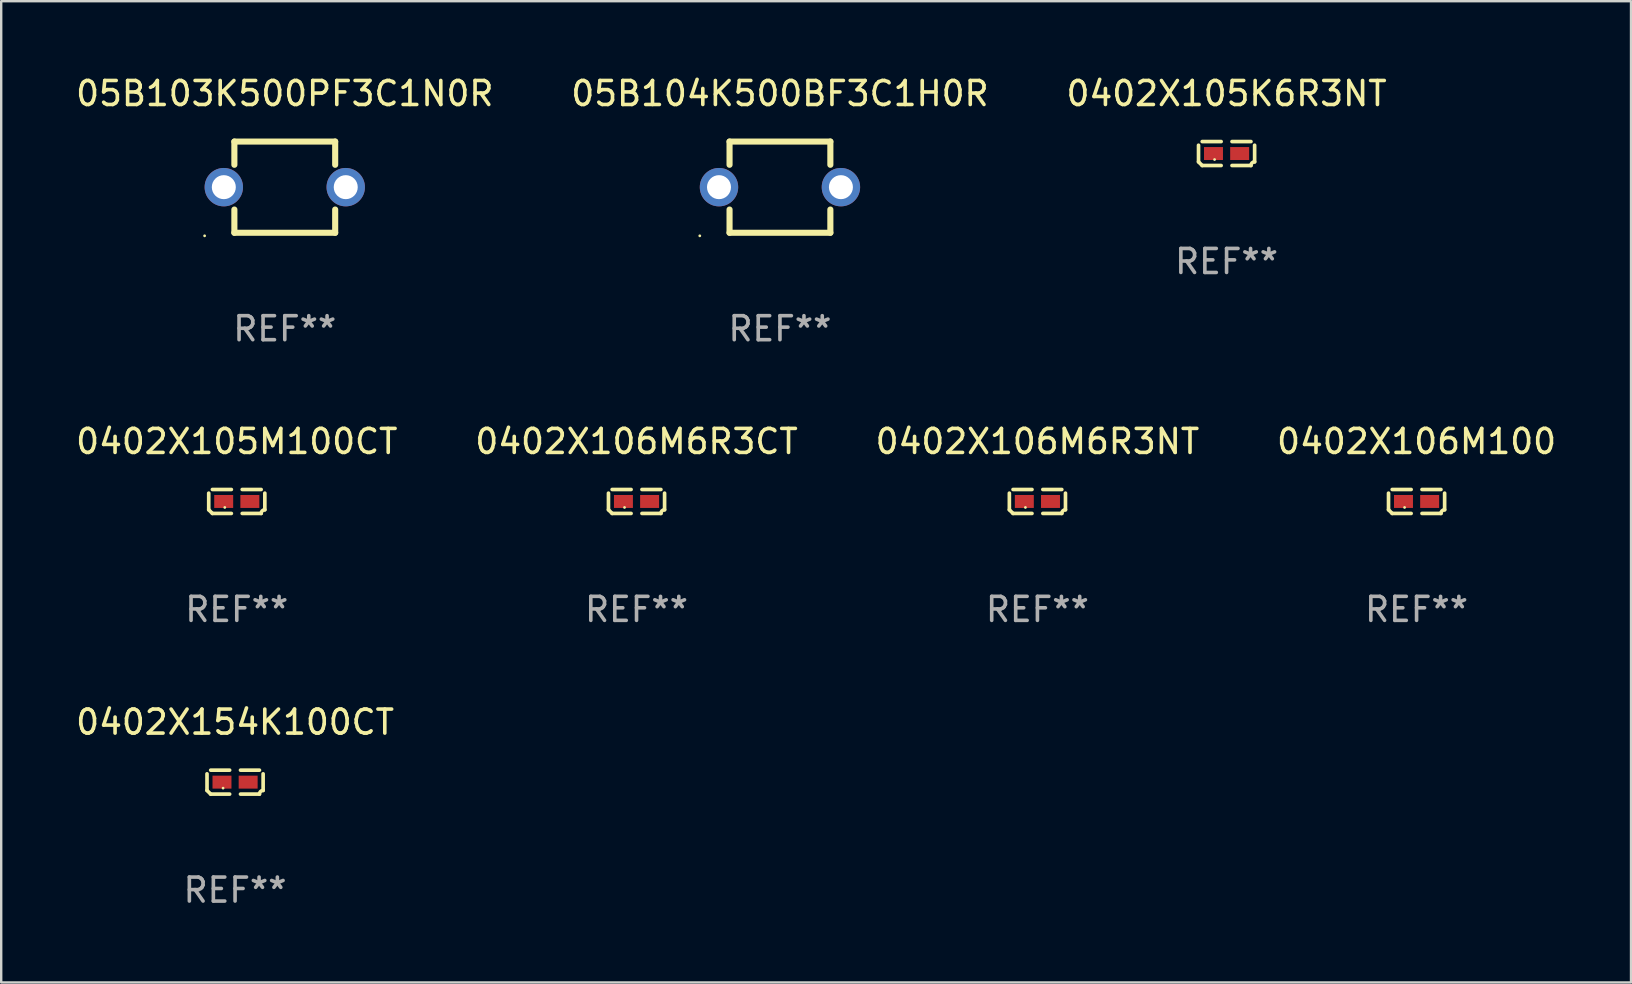
<source format=kicad_pcb>
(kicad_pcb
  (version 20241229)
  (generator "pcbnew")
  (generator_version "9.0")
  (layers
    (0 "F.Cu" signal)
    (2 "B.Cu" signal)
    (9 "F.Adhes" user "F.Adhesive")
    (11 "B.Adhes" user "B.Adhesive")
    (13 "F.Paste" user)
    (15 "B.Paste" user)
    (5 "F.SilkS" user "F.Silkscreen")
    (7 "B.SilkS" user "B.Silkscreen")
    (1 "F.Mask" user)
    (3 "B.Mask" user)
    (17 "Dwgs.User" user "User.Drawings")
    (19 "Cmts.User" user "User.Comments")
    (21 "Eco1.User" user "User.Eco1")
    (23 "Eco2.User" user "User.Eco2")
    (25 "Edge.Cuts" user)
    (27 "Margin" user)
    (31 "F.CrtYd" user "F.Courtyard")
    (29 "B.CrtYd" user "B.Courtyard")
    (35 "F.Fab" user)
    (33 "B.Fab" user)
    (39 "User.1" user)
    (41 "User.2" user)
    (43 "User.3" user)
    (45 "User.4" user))
  (footprint "0402X106M6R3CT"
    (layer "F.Cu")
    (at 23.47 17.843)
    (property "Reference" "0402X106M6R3CT" (at 0 -2.499 0) (layer "F.SilkS") (effects (font (size 1 1) (thickness 0.15))))
    (attr through_hole)
    (fp_line (start -1.169 0.346) (end -1.169 -0.346) (stroke (width 0.152) (type solid)) (layer "F.SilkS"))
    (fp_line (start -1.016 -0.499) (end -0.226 -0.499) (stroke (width 0.152) (type solid)) (layer "F.SilkS"))
    (fp_line (start -0.226 0.499) (end -1.016 0.499) (stroke (width 0.152) (type solid)) (layer "F.SilkS"))
    (fp_line (start 0.226 0.499) (end 1.016 0.499) (stroke (width 0.152) (type solid)) (layer "F.SilkS"))
    (fp_line (start 1.016 -0.499) (end 0.226 -0.499) (stroke (width 0.152) (type solid)) (layer "F.SilkS"))
    (fp_line (start 1.169 0.346) (end 1.169 -0.346) (stroke (width 0.152) (type solid)) (layer "F.SilkS"))
    (fp_arc (start -1.016307 0.498603) (mid -1.092512 0.422405) (end -1.16871 0.3462) (stroke (width 0.1524) (type solid)) (layer "F.SilkS"))
    (fp_arc (start 1.016307 0.498603) (mid 1.060899 0.390758) (end 1.168707 0.346076) (stroke (width 0.1524) (type solid)) (layer "F.SilkS"))
    (fp_circle (center -0.5 0.25) (end -0.47 0.25) (stroke (width 0.06) (type solid)) (fill no) (layer "F.SilkS"))
    (fp_text user "REF**" (at 0 4.499 0) (layer "F.Fab") (effects (font (size 1 1) (thickness 0.15))))
    (pad "1" smd rect (at -0.545 0) (size 0.79 0.54) (layers "F.Cu" "F.Mask" "F.Paste"))
    (pad "2" smd rect (at 0.545 0) (size 0.79 0.54) (layers "F.Cu" "F.Mask" "F.Paste")))
  (footprint "05B103K500PF3C1N0R"
    (layer "F.Cu")
    (at 8.815 4.748)
    (property "Reference" "05B103K500PF3C1N0R" (at 0 -3.9 0) (layer "F.SilkS") (effects (font (size 1 1) (thickness 0.15))))
    (attr through_hole)
    (fp_line (start -2.1 -1.9) (end -2.1 -0.932) (stroke (width 0.254) (type solid)) (layer "F.SilkS"))
    (fp_line (start -2.1 -1.9) (end 2.1 -1.9) (stroke (width 0.254) (type solid)) (layer "F.SilkS"))
    (fp_line (start -2.1 0.932) (end -2.1 1.9) (stroke (width 0.254) (type solid)) (layer "F.SilkS"))
    (fp_line (start -2.1 1.9) (end 2.1 1.9) (stroke (width 0.254) (type solid)) (layer "F.SilkS"))
    (fp_line (start 2.1 -1.9) (end 2.1 -0.932) (stroke (width 0.254) (type solid)) (layer "F.SilkS"))
    (fp_line (start 2.1 0.932) (end 2.1 1.9) (stroke (width 0.254) (type solid)) (layer "F.SilkS"))
    (fp_circle (center -3.34 2.027) (end -3.31 2.027) (stroke (width 0.06) (type solid)) (fill no) (layer "F.SilkS"))
    (fp_text user "REF**" (at 0 5.9 0) (layer "F.Fab") (effects (font (size 1 1) (thickness 0.15))))
    (pad "1" thru_hole circle (at -2.54 0) (size 1.6 1.6) (drill 1) (layers "*.Cu" "*.Mask"))
    (pad "2" thru_hole circle (at 2.54 0) (size 1.6 1.6) (drill 1) (layers "*.Cu" "*.Mask")))
  (footprint "0402X106M100"
    (layer "F.Cu")
    (at 55.97 17.843)
    (property "Reference" "0402X106M100" (at 0 -2.499 0) (layer "F.SilkS") (effects (font (size 1 1) (thickness 0.15))))
    (attr through_hole)
    (fp_line (start -1.169 0.346) (end -1.169 -0.346) (stroke (width 0.152) (type solid)) (layer "F.SilkS"))
    (fp_line (start -1.016 -0.499) (end -0.226 -0.499) (stroke (width 0.152) (type solid)) (layer "F.SilkS"))
    (fp_line (start -0.226 0.499) (end -1.016 0.499) (stroke (width 0.152) (type solid)) (layer "F.SilkS"))
    (fp_line (start 0.226 0.499) (end 1.016 0.499) (stroke (width 0.152) (type solid)) (layer "F.SilkS"))
    (fp_line (start 1.016 -0.499) (end 0.226 -0.499) (stroke (width 0.152) (type solid)) (layer "F.SilkS"))
    (fp_line (start 1.169 0.346) (end 1.169 -0.346) (stroke (width 0.152) (type solid)) (layer "F.SilkS"))
    (fp_arc (start -1.016307 0.498603) (mid -1.092512 0.422405) (end -1.16871 0.3462) (stroke (width 0.1524) (type solid)) (layer "F.SilkS"))
    (fp_arc (start 1.016307 0.498603) (mid 1.060899 0.390758) (end 1.168707 0.346076) (stroke (width 0.1524) (type solid)) (layer "F.SilkS"))
    (fp_circle (center -0.5 0.25) (end -0.47 0.25) (stroke (width 0.06) (type solid)) (fill no) (layer "F.SilkS"))
    (fp_text user "REF**" (at 0 4.499 0) (layer "F.Fab") (effects (font (size 1 1) (thickness 0.15))))
    (pad "1" smd rect (at -0.545 0) (size 0.79 0.54) (layers "F.Cu" "F.Mask" "F.Paste"))
    (pad "2" smd rect (at 0.545 0) (size 0.79 0.54) (layers "F.Cu" "F.Mask" "F.Paste")))
  (footprint "0402X106M6R3NT"
    (layer "F.Cu")
    (at 40.173 17.843)
    (property "Reference" "0402X106M6R3NT" (at 0 -2.499 0) (layer "F.SilkS") (effects (font (size 1 1) (thickness 0.15))))
    (attr through_hole)
    (fp_line (start -1.169 0.346) (end -1.169 -0.346) (stroke (width 0.152) (type solid)) (layer "F.SilkS"))
    (fp_line (start -1.016 -0.499) (end -0.226 -0.499) (stroke (width 0.152) (type solid)) (layer "F.SilkS"))
    (fp_line (start -0.226 0.499) (end -1.016 0.499) (stroke (width 0.152) (type solid)) (layer "F.SilkS"))
    (fp_line (start 0.226 0.499) (end 1.016 0.499) (stroke (width 0.152) (type solid)) (layer "F.SilkS"))
    (fp_line (start 1.016 -0.499) (end 0.226 -0.499) (stroke (width 0.152) (type solid)) (layer "F.SilkS"))
    (fp_line (start 1.169 0.346) (end 1.169 -0.346) (stroke (width 0.152) (type solid)) (layer "F.SilkS"))
    (fp_arc (start -1.016307 0.498603) (mid -1.092512 0.422405) (end -1.16871 0.3462) (stroke (width 0.1524) (type solid)) (layer "F.SilkS"))
    (fp_arc (start 1.016307 0.498603) (mid 1.060899 0.390758) (end 1.168707 0.346076) (stroke (width 0.1524) (type solid)) (layer "F.SilkS"))
    (fp_circle (center -0.5 0.25) (end -0.47 0.25) (stroke (width 0.06) (type solid)) (fill no) (layer "F.SilkS"))
    (fp_text user "REF**" (at 0 4.499 0) (layer "F.Fab") (effects (font (size 1 1) (thickness 0.15))))
    (pad "1" smd rect (at -0.545 0) (size 0.79 0.54) (layers "F.Cu" "F.Mask" "F.Paste"))
    (pad "2" smd rect (at 0.545 0) (size 0.79 0.54) (layers "F.Cu" "F.Mask" "F.Paste")))
  (footprint "0402X154K100CT"
    (layer "F.Cu")
    (at 6.744 29.537)
    (property "Reference" "0402X154K100CT" (at 0 -2.499 0) (layer "F.SilkS") (effects (font (size 1 1) (thickness 0.15))))
    (attr through_hole)
    (fp_line (start -1.169 0.346) (end -1.169 -0.346) (stroke (width 0.152) (type solid)) (layer "F.SilkS"))
    (fp_line (start -1.016 -0.499) (end -0.226 -0.499) (stroke (width 0.152) (type solid)) (layer "F.SilkS"))
    (fp_line (start -0.226 0.499) (end -1.016 0.499) (stroke (width 0.152) (type solid)) (layer "F.SilkS"))
    (fp_line (start 0.226 0.499) (end 1.016 0.499) (stroke (width 0.152) (type solid)) (layer "F.SilkS"))
    (fp_line (start 1.016 -0.499) (end 0.226 -0.499) (stroke (width 0.152) (type solid)) (layer "F.SilkS"))
    (fp_line (start 1.169 0.346) (end 1.169 -0.346) (stroke (width 0.152) (type solid)) (layer "F.SilkS"))
    (fp_arc (start -1.016307 0.498603) (mid -1.092512 0.422405) (end -1.16871 0.3462) (stroke (width 0.1524) (type solid)) (layer "F.SilkS"))
    (fp_arc (start 1.016307 0.498603) (mid 1.060899 0.390758) (end 1.168707 0.346076) (stroke (width 0.1524) (type solid)) (layer "F.SilkS"))
    (fp_circle (center -0.5 0.25) (end -0.47 0.25) (stroke (width 0.06) (type solid)) (fill no) (layer "F.SilkS"))
    (fp_text user "REF**" (at 0 4.499 0) (layer "F.Fab") (effects (font (size 1 1) (thickness 0.15))))
    (pad "1" smd rect (at -0.545 0) (size 0.79 0.54) (layers "F.Cu" "F.Mask" "F.Paste"))
    (pad "2" smd rect (at 0.545 0) (size 0.79 0.54) (layers "F.Cu" "F.Mask" "F.Paste")))
  (footprint "0402X105M100CT"
    (layer "F.Cu")
    (at 6.815 17.843)
    (property "Reference" "0402X105M100CT" (at 0 -2.499 0) (layer "F.SilkS") (effects (font (size 1 1) (thickness 0.15))))
    (attr through_hole)
    (fp_line (start -1.169 0.346) (end -1.169 -0.346) (stroke (width 0.152) (type solid)) (layer "F.SilkS"))
    (fp_line (start -1.016 -0.499) (end -0.226 -0.499) (stroke (width 0.152) (type solid)) (layer "F.SilkS"))
    (fp_line (start -0.226 0.499) (end -1.016 0.499) (stroke (width 0.152) (type solid)) (layer "F.SilkS"))
    (fp_line (start 0.226 0.499) (end 1.016 0.499) (stroke (width 0.152) (type solid)) (layer "F.SilkS"))
    (fp_line (start 1.016 -0.499) (end 0.226 -0.499) (stroke (width 0.152) (type solid)) (layer "F.SilkS"))
    (fp_line (start 1.169 0.346) (end 1.169 -0.346) (stroke (width 0.152) (type solid)) (layer "F.SilkS"))
    (fp_arc (start -1.016307 0.498603) (mid -1.092512 0.422405) (end -1.16871 0.3462) (stroke (width 0.1524) (type solid)) (layer "F.SilkS"))
    (fp_arc (start 1.016307 0.498603) (mid 1.060899 0.390758) (end 1.168707 0.346076) (stroke (width 0.1524) (type solid)) (layer "F.SilkS"))
    (fp_circle (center -0.5 0.25) (end -0.47 0.25) (stroke (width 0.06) (type solid)) (fill no) (layer "F.SilkS"))
    (fp_text user "REF**" (at 0 4.499 0) (layer "F.Fab") (effects (font (size 1 1) (thickness 0.15))))
    (pad "1" smd rect (at -0.545 0) (size 0.79 0.54) (layers "F.Cu" "F.Mask" "F.Paste"))
    (pad "2" smd rect (at 0.545 0) (size 0.79 0.54) (layers "F.Cu" "F.Mask" "F.Paste")))
  (footprint "0402X105K6R3NT"
    (layer "F.Cu")
    (at 48.054 3.347)
    (property "Reference" "0402X105K6R3NT" (at 0 -2.499 0) (layer "F.SilkS") (effects (font (size 1 1) (thickness 0.15))))
    (attr through_hole)
    (fp_line (start -1.169 0.346) (end -1.169 -0.346) (stroke (width 0.152) (type solid)) (layer "F.SilkS"))
    (fp_line (start -1.016 -0.499) (end -0.226 -0.499) (stroke (width 0.152) (type solid)) (layer "F.SilkS"))
    (fp_line (start -0.226 0.499) (end -1.016 0.499) (stroke (width 0.152) (type solid)) (layer "F.SilkS"))
    (fp_line (start 0.226 0.499) (end 1.016 0.499) (stroke (width 0.152) (type solid)) (layer "F.SilkS"))
    (fp_line (start 1.016 -0.499) (end 0.226 -0.499) (stroke (width 0.152) (type solid)) (layer "F.SilkS"))
    (fp_line (start 1.169 0.346) (end 1.169 -0.346) (stroke (width 0.152) (type solid)) (layer "F.SilkS"))
    (fp_arc (start -1.016307 0.498603) (mid -1.092512 0.422405) (end -1.16871 0.3462) (stroke (width 0.1524) (type solid)) (layer "F.SilkS"))
    (fp_arc (start 1.016307 0.498603) (mid 1.060899 0.390758) (end 1.168707 0.346076) (stroke (width 0.1524) (type solid)) (layer "F.SilkS"))
    (fp_circle (center -0.5 0.25) (end -0.47 0.25) (stroke (width 0.06) (type solid)) (fill no) (layer "F.SilkS"))
    (fp_text user "REF**" (at 0 4.499 0) (layer "F.Fab") (effects (font (size 1 1) (thickness 0.15))))
    (pad "1" smd rect (at -0.545 0) (size 0.79 0.54) (layers "F.Cu" "F.Mask" "F.Paste"))
    (pad "2" smd rect (at 0.545 0) (size 0.79 0.54) (layers "F.Cu" "F.Mask" "F.Paste")))
  (footprint "05B104K500BF3C1H0R"
    (layer "F.Cu")
    (at 29.446 4.748)
    (property "Reference" "05B104K500BF3C1H0R" (at 0 -3.9 0) (layer "F.SilkS") (effects (font (size 1 1) (thickness 0.15))))
    (attr through_hole)
    (fp_line (start -2.1 -1.9) (end -2.1 -0.932) (stroke (width 0.254) (type solid)) (layer "F.SilkS"))
    (fp_line (start -2.1 -1.9) (end 2.1 -1.9) (stroke (width 0.254) (type solid)) (layer "F.SilkS"))
    (fp_line (start -2.1 0.932) (end -2.1 1.9) (stroke (width 0.254) (type solid)) (layer "F.SilkS"))
    (fp_line (start -2.1 1.9) (end 2.1 1.9) (stroke (width 0.254) (type solid)) (layer "F.SilkS"))
    (fp_line (start 2.1 -1.9) (end 2.1 -0.932) (stroke (width 0.254) (type solid)) (layer "F.SilkS"))
    (fp_line (start 2.1 0.932) (end 2.1 1.9) (stroke (width 0.254) (type solid)) (layer "F.SilkS"))
    (fp_circle (center -3.34 2.027) (end -3.31 2.027) (stroke (width 0.06) (type solid)) (fill no) (layer "F.SilkS"))
    (fp_text user "REF**" (at 0 5.9 0) (layer "F.Fab") (effects (font (size 1 1) (thickness 0.15))))
    (pad "1" thru_hole circle (at -2.54 0) (size 1.6 1.6) (drill 1) (layers "*.Cu" "*.Mask"))
    (pad "2" thru_hole circle (at 2.54 0) (size 1.6 1.6) (drill 1) (layers "*.Cu" "*.Mask")))
  (gr_rect
    (start -3 -3)
    (end 64.905 37.884)
    (stroke (width 0.1) (type default))
    (fill no)
    (layer "Edge.Cuts")))
</source>
